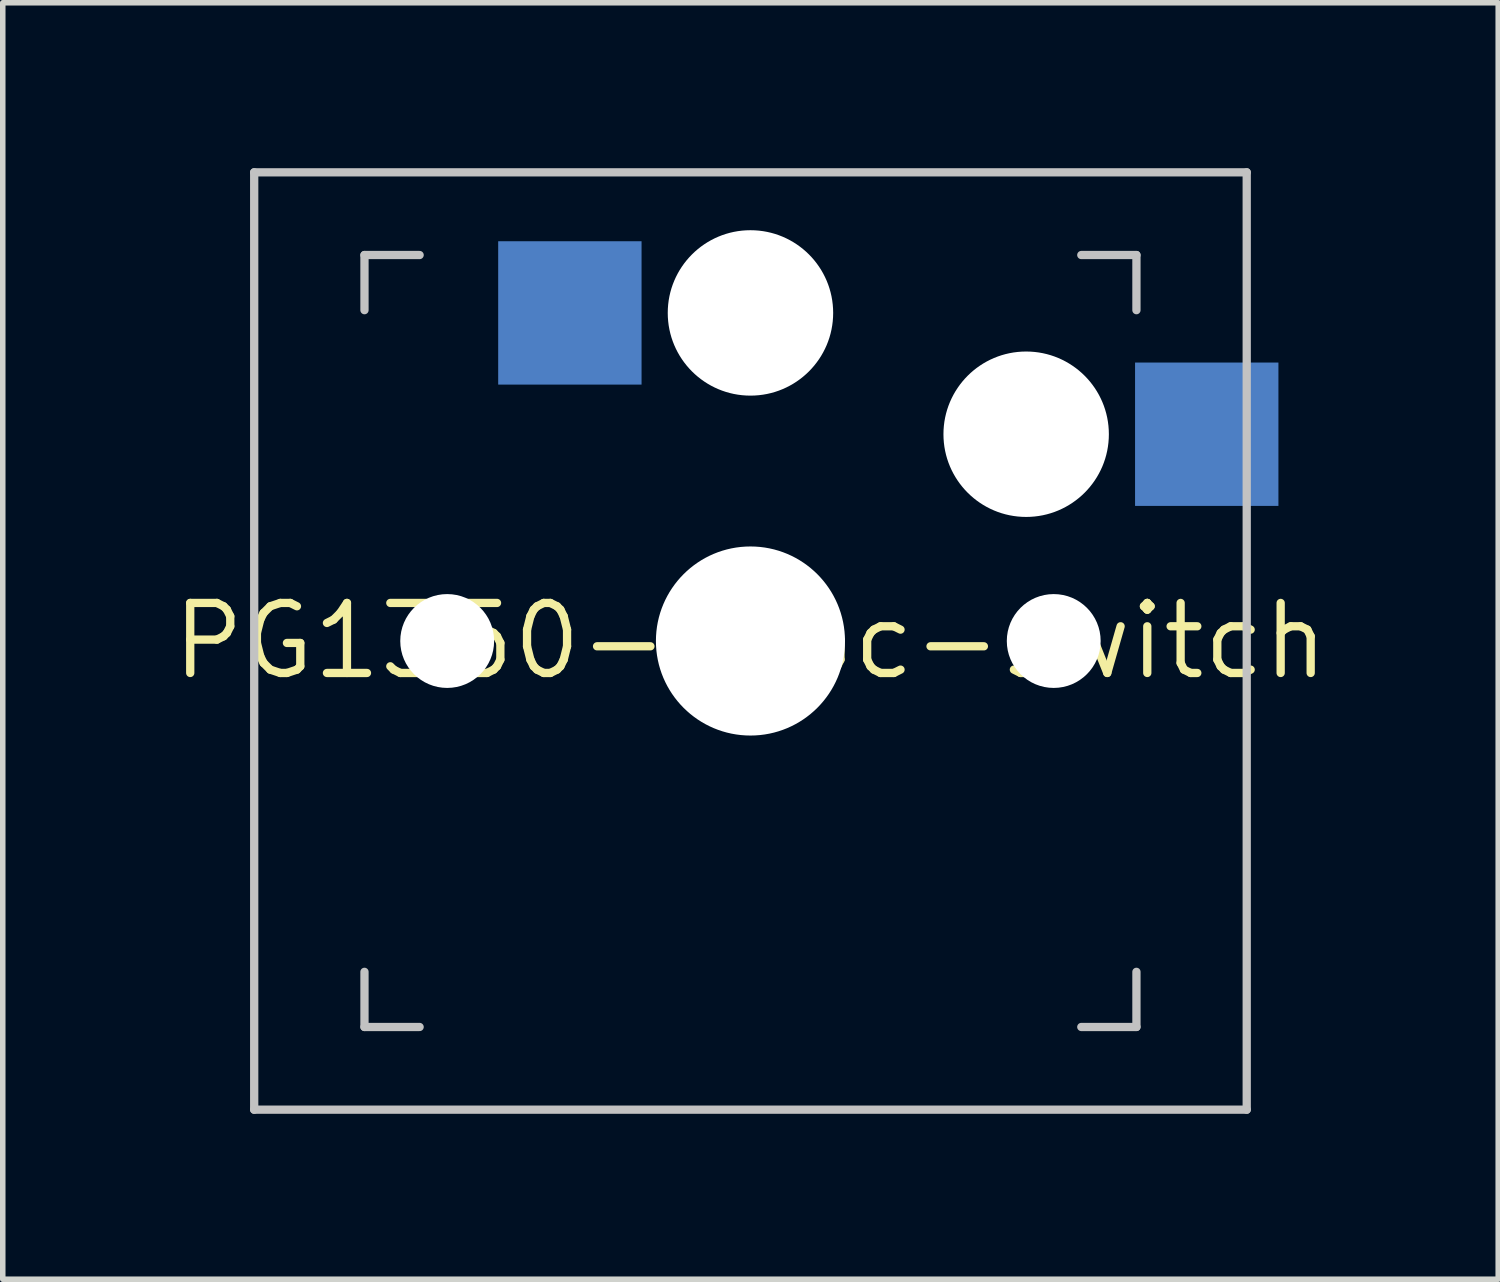
<source format=kicad_pcb>
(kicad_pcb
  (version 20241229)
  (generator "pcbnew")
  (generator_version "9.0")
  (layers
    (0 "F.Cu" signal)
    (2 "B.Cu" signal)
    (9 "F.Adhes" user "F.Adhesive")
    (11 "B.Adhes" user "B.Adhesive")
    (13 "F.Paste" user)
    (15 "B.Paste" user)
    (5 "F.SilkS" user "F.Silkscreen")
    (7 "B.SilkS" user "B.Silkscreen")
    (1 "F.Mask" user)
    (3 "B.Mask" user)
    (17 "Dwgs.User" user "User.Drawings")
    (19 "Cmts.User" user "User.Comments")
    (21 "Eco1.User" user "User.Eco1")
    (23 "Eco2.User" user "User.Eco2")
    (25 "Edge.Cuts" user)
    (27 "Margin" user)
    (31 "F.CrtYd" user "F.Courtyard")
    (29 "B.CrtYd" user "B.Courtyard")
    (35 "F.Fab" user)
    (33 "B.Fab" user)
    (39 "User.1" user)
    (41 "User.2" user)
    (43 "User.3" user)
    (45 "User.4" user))
  (footprint "PG1350-choc-switch"
    (layer "F.Cu")
    (at 10.56 8.575)
    (property "Reference" "PG1350-choc-switch" (at 0 0 0) (layer "F.SilkS") (effects (font (size 1.27 1.27) (thickness 0.15))))
    (attr through_hole)
    (fp_line (start -9 -8.5) (end 9 -8.5) (stroke (width 0.15) (type solid)) (layer "Dwgs.User"))
    (fp_line (start -9 8.5) (end -9 -8.5) (stroke (width 0.15) (type solid)) (layer "Dwgs.User"))
    (fp_line (start -7 -6) (end -7 -7) (stroke (width 0.15) (type solid)) (layer "Dwgs.User"))
    (fp_line (start -7 7) (end -7 6) (stroke (width 0.15) (type solid)) (layer "Dwgs.User"))
    (fp_line (start -7 7) (end -6 7) (stroke (width 0.15) (type solid)) (layer "Dwgs.User"))
    (fp_line (start -6 -7) (end -7 -7) (stroke (width 0.15) (type solid)) (layer "Dwgs.User"))
    (fp_line (start 6 7) (end 7 7) (stroke (width 0.15) (type solid)) (layer "Dwgs.User"))
    (fp_line (start 7 -7) (end 6 -7) (stroke (width 0.15) (type solid)) (layer "Dwgs.User"))
    (fp_line (start 7 -7) (end 7 -6) (stroke (width 0.15) (type solid)) (layer "Dwgs.User"))
    (fp_line (start 7 6) (end 7 7) (stroke (width 0.15) (type solid)) (layer "Dwgs.User"))
    (fp_line (start 9 -8.5) (end 9 8.5) (stroke (width 0.15) (type solid)) (layer "Dwgs.User"))
    (fp_line (start 9 8.5) (end -9 8.5) (stroke (width 0.15) (type solid)) (layer "Dwgs.User"))
    (pad "" np_thru_hole circle (at -5.5 0) (size 1.702 1.702) (drill 1.702) (layers "*.Cu" "*.Mask"))
    (pad "" np_thru_hole circle (at 0 -5.95) (size 3 3) (drill 3) (layers "*.Cu" "*.Mask"))
    (pad "" np_thru_hole circle (at 0 0) (size 3.429 3.429) (drill 3.429) (layers "*.Cu" "*.Mask"))
    (pad "" np_thru_hole circle (at 5 -3.75) (size 3 3) (drill 3) (layers "*.Cu" "*.Mask"))
    (pad "" np_thru_hole circle (at 5.5 0) (size 1.702 1.702) (drill 1.702) (layers "*.Cu" "*.Mask"))
    (pad "1" smd rect (at -3.275 -5.95) (size 2.6 2.6) (layers "B.Cu" "B.Mask" "B.Paste"))
    (pad "2" smd rect (at 8.275 -3.75) (size 2.6 2.6) (layers "B.Cu" "B.Mask" "B.Paste")))
  (gr_rect
    (start -3 -3)
    (end 24.121 20.15)
    (stroke (width 0.1) (type default))
    (fill no)
    (layer "Edge.Cuts")))
</source>
